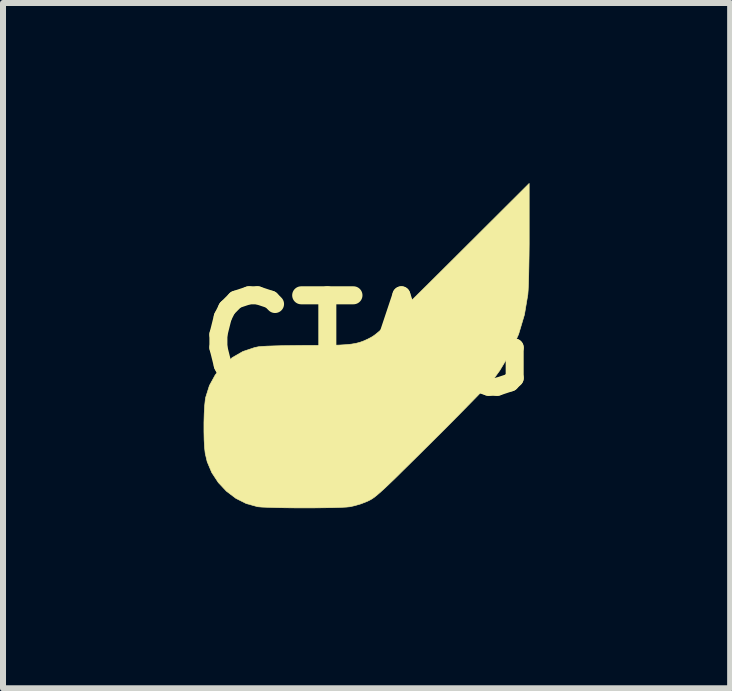
<source format=kicad_pcb>
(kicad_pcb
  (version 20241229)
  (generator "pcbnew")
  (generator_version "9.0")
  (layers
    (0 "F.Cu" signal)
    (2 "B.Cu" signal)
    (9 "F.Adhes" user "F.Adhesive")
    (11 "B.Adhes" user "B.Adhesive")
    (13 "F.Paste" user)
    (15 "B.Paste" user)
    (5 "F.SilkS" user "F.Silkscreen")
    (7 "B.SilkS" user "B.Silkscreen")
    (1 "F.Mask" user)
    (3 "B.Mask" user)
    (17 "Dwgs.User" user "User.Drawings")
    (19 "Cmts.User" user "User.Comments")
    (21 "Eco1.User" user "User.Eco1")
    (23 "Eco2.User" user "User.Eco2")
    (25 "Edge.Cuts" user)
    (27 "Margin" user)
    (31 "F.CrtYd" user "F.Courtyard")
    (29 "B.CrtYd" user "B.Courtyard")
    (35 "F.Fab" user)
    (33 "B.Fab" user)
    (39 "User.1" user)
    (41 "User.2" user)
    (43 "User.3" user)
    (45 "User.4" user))
  (footprint "CTAG"
    (layer "F.Cu")
    (at 3.055 2.703)
    (property "Reference" "CTAG" (at 0 0 0) (layer "F.SilkS") (effects (font (size 1.524 1.524) (thickness 0.3))))
    (attr through_hole)
    (fp_poly (pts (xy 2.709 -1.877) (xy 2.709 -1.685) (xy 2.707 -1.498) (xy 2.704 -1.322) (xy 2.701 -1.163) (xy 2.697 -1.028) (xy 2.692 -0.922) (xy 2.687 -0.853) (xy 2.687 -0.851) (xy 2.63 -0.512) (xy 2.533 -0.187) (xy 2.396 0.122) (xy 2.221 0.415) (xy 2.146 0.519) (xy 2.112 0.56) (xy 2.049 0.628) (xy 1.963 0.72) (xy 1.856 0.832) (xy 1.73 0.961) (xy 1.589 1.105) (xy 1.436 1.26) (xy 1.273 1.424) (xy 1.104 1.592) (xy 1.097 1.599) (xy 0.905 1.79) (xy 0.74 1.953) (xy 0.6 2.091) (xy 0.483 2.207) (xy 0.385 2.301) (xy 0.304 2.378) (xy 0.238 2.438) (xy 0.184 2.485) (xy 0.14 2.521) (xy 0.103 2.548) (xy 0.069 2.569) (xy 0.038 2.585) (xy 0.011 2.598) (xy -0.086 2.636) (xy -0.192 2.668) (xy -0.275 2.687) (xy -0.336 2.693) (xy -0.432 2.698) (xy -0.557 2.702) (xy -0.703 2.704) (xy -0.863 2.706) (xy -1.031 2.706) (xy -1.2 2.706) (xy -1.363 2.704) (xy -1.512 2.701) (xy -1.641 2.697) (xy -1.743 2.693) (xy -1.811 2.687) (xy -1.82 2.685) (xy -2.004 2.634) (xy -2.177 2.547) (xy -2.334 2.428) (xy -2.469 2.284) (xy -2.578 2.118) (xy -2.654 1.938) (xy -2.687 1.799) (xy -2.698 1.701) (xy -2.705 1.576) (xy -2.708 1.433) (xy -2.708 1.284) (xy -2.704 1.139) (xy -2.697 1.01) (xy -2.686 0.906) (xy -2.679 0.865) (xy -2.617 0.669) (xy -2.519 0.49) (xy -2.39 0.333) (xy -2.235 0.202) (xy -2.059 0.101) (xy -1.865 0.036) (xy -1.798 0.022) (xy -1.743 0.017) (xy -1.652 0.012) (xy -1.531 0.008) (xy -1.388 0.004) (xy -1.228 0.002) (xy -1.058 0.000307) (xy -0.983 0.00016) (xy -0.775 -0.000278) (xy -0.603 -0.002) (xy -0.462 -0.005) (xy -0.348 -0.012) (xy -0.255 -0.021) (xy -0.177 -0.034) (xy -0.109 -0.052) (xy -0.046 -0.075) (xy 0.018 -0.104) (xy 0.072 -0.132) (xy 0.1 -0.148) (xy 0.133 -0.171) (xy 0.175 -0.204) (xy 0.227 -0.248) (xy 0.29 -0.306) (xy 0.368 -0.378) (xy 0.462 -0.468) (xy 0.574 -0.576) (xy 0.706 -0.705) (xy 0.859 -0.856) (xy 1.037 -1.032) (xy 1.241 -1.235) (xy 1.455 -1.448) (xy 2.709 -2.698) (xy 2.709 -1.877)) (stroke (width 0.01) (type solid)) (fill yes) (layer "F.SilkS")))
  (gr_rect
    (start -3 -3)
    (end 9.111 8.414)
    (stroke (width 0.1) (type default))
    (fill no)
    (layer "Edge.Cuts")))
</source>
